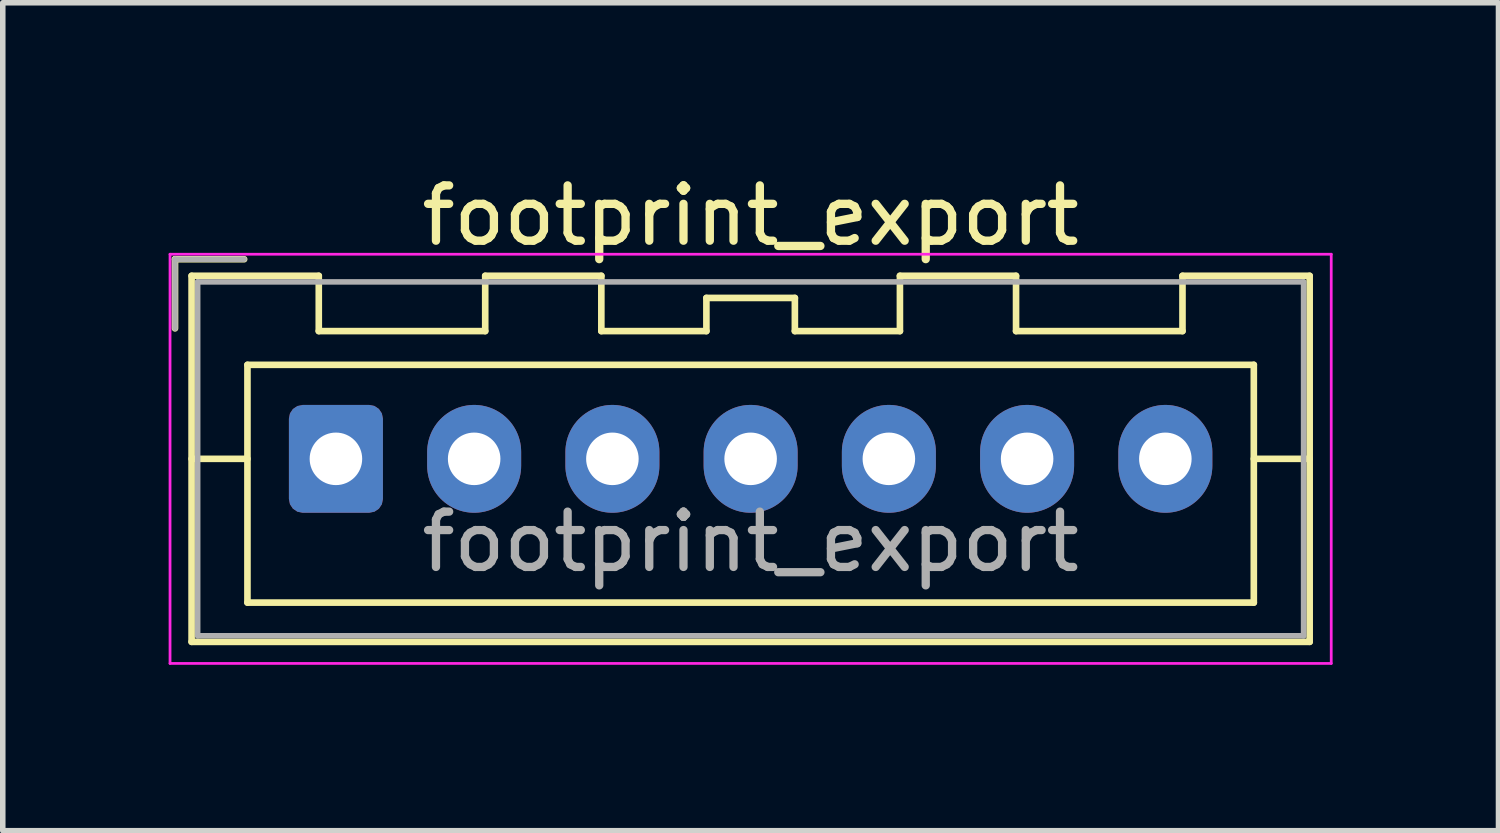
<source format=kicad_pcb>
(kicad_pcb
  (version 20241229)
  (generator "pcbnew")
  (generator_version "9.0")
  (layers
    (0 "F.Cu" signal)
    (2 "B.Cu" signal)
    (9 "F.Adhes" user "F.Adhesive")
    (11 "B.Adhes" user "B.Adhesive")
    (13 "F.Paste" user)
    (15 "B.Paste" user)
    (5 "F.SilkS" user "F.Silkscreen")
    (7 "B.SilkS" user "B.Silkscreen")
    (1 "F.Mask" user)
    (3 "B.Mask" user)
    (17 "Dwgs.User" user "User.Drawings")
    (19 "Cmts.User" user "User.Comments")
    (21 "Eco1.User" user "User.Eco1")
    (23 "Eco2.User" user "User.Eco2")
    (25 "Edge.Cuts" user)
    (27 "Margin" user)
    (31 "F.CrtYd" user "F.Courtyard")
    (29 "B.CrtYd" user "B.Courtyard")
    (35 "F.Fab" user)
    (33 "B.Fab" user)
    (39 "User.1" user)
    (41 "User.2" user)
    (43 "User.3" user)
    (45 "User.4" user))
  (footprint "footprint_export"
    (layer "F.Cu")
    (at 3.025 5.248)
    (property "Reference" "footprint_export" (at 7.5 -4.4 0) (layer "F.SilkS") (effects (font (size 1 1) (thickness 0.15))))
    (attr through_hole)
    (fp_line (start -2.91 -3.61) (end -2.91 -2.36) (stroke (width 0.12) (type solid)) (layer "F.SilkS"))
    (fp_line (start -2.61 -3.31) (end -2.61 3.31) (stroke (width 0.12) (type solid)) (layer "F.SilkS"))
    (fp_line (start -2.61 0) (end -1.6 0) (stroke (width 0.12) (type solid)) (layer "F.SilkS"))
    (fp_line (start -2.61 3.31) (end 17.61 3.31) (stroke (width 0.12) (type solid)) (layer "F.SilkS"))
    (fp_line (start -1.66 -3.61) (end -2.91 -3.61) (stroke (width 0.12) (type solid)) (layer "F.SilkS"))
    (fp_line (start -1.6 -1.7) (end -1.6 2.6) (stroke (width 0.12) (type solid)) (layer "F.SilkS"))
    (fp_line (start -1.6 2.6) (end 16.6 2.6) (stroke (width 0.12) (type solid)) (layer "F.SilkS"))
    (fp_line (start -0.31 -3.31) (end -2.61 -3.31) (stroke (width 0.12) (type solid)) (layer "F.SilkS"))
    (fp_line (start -0.31 -2.31) (end -0.31 -3.31) (stroke (width 0.12) (type solid)) (layer "F.SilkS"))
    (fp_line (start 2.7 -3.31) (end 2.7 -2.31) (stroke (width 0.12) (type solid)) (layer "F.SilkS"))
    (fp_line (start 2.7 -2.31) (end -0.31 -2.31) (stroke (width 0.12) (type solid)) (layer "F.SilkS"))
    (fp_line (start 4.8 -3.31) (end 2.7 -3.31) (stroke (width 0.12) (type solid)) (layer "F.SilkS"))
    (fp_line (start 4.8 -2.31) (end 4.8 -3.31) (stroke (width 0.12) (type solid)) (layer "F.SilkS"))
    (fp_line (start 6.7 -2.91) (end 6.7 -2.31) (stroke (width 0.12) (type solid)) (layer "F.SilkS"))
    (fp_line (start 6.7 -2.31) (end 4.8 -2.31) (stroke (width 0.12) (type solid)) (layer "F.SilkS"))
    (fp_line (start 8.3 -2.91) (end 6.7 -2.91) (stroke (width 0.12) (type solid)) (layer "F.SilkS"))
    (fp_line (start 8.3 -2.31) (end 8.3 -2.91) (stroke (width 0.12) (type solid)) (layer "F.SilkS"))
    (fp_line (start 10.2 -3.31) (end 10.2 -2.31) (stroke (width 0.12) (type solid)) (layer "F.SilkS"))
    (fp_line (start 10.2 -2.31) (end 8.3 -2.31) (stroke (width 0.12) (type solid)) (layer "F.SilkS"))
    (fp_line (start 12.3 -3.31) (end 10.2 -3.31) (stroke (width 0.12) (type solid)) (layer "F.SilkS"))
    (fp_line (start 12.3 -2.31) (end 12.3 -3.31) (stroke (width 0.12) (type solid)) (layer "F.SilkS"))
    (fp_line (start 15.31 -3.31) (end 15.31 -2.31) (stroke (width 0.12) (type solid)) (layer "F.SilkS"))
    (fp_line (start 15.31 -2.31) (end 12.3 -2.31) (stroke (width 0.12) (type solid)) (layer "F.SilkS"))
    (fp_line (start 16.6 -1.7) (end -1.6 -1.7) (stroke (width 0.12) (type solid)) (layer "F.SilkS"))
    (fp_line (start 16.6 2.6) (end 16.6 -1.7) (stroke (width 0.12) (type solid)) (layer "F.SilkS"))
    (fp_line (start 17.61 -3.31) (end 15.31 -3.31) (stroke (width 0.12) (type solid)) (layer "F.SilkS"))
    (fp_line (start 17.61 0) (end 16.6 0) (stroke (width 0.12) (type solid)) (layer "F.SilkS"))
    (fp_line (start 17.61 3.31) (end 17.61 -3.31) (stroke (width 0.12) (type solid)) (layer "F.SilkS"))
    (fp_line (start -3 -3.7) (end -3 3.7) (stroke (width 0.05) (type solid)) (layer "F.CrtYd"))
    (fp_line (start -3 3.7) (end 18 3.7) (stroke (width 0.05) (type solid)) (layer "F.CrtYd"))
    (fp_line (start 18 -3.7) (end -3 -3.7) (stroke (width 0.05) (type solid)) (layer "F.CrtYd"))
    (fp_line (start 18 3.7) (end 18 -3.7) (stroke (width 0.05) (type solid)) (layer "F.CrtYd"))
    (fp_line (start -2.91 -3.61) (end -2.91 -2.36) (stroke (width 0.1) (type solid)) (layer "F.Fab"))
    (fp_line (start -2.5 -3.2) (end -2.5 3.2) (stroke (width 0.1) (type solid)) (layer "F.Fab"))
    (fp_line (start -2.5 3.2) (end 17.5 3.2) (stroke (width 0.1) (type solid)) (layer "F.Fab"))
    (fp_line (start -1.66 -3.61) (end -2.91 -3.61) (stroke (width 0.1) (type solid)) (layer "F.Fab"))
    (fp_line (start 17.5 -3.2) (end -2.5 -3.2) (stroke (width 0.1) (type solid)) (layer "F.Fab"))
    (fp_line (start 17.5 3.2) (end 17.5 -3.2) (stroke (width 0.1) (type solid)) (layer "F.Fab"))
    (fp_text user "${REFERENCE}" (at 7.5 1.5 0) (layer "F.Fab") (effects (font (size 1 1) (thickness 0.15))))
    (pad "1" thru_hole roundrect (at 0 0) (size 1.7 1.95) (drill 0.95) (layers "*.Cu" "*.Mask") (roundrect_rratio 0.147))
    (pad "2" thru_hole oval (at 2.5 0) (size 1.7 1.95) (drill 0.95) (layers "*.Cu" "*.Mask"))
    (pad "3" thru_hole oval (at 5 0) (size 1.7 1.95) (drill 0.95) (layers "*.Cu" "*.Mask"))
    (pad "4" thru_hole oval (at 7.5 0) (size 1.7 1.95) (drill 0.95) (layers "*.Cu" "*.Mask"))
    (pad "5" thru_hole oval (at 10 0) (size 1.7 1.95) (drill 0.95) (layers "*.Cu" "*.Mask"))
    (pad "6" thru_hole oval (at 12.5 0) (size 1.7 1.95) (drill 0.95) (layers "*.Cu" "*.Mask"))
    (pad "7" thru_hole oval (at 15 0) (size 1.7 1.95) (drill 0.95) (layers "*.Cu" "*.Mask")))
  (gr_rect
    (start -3 -3)
    (end 24.05 11.973)
    (stroke (width 0.1) (type default))
    (fill no)
    (layer "Edge.Cuts")))
</source>
